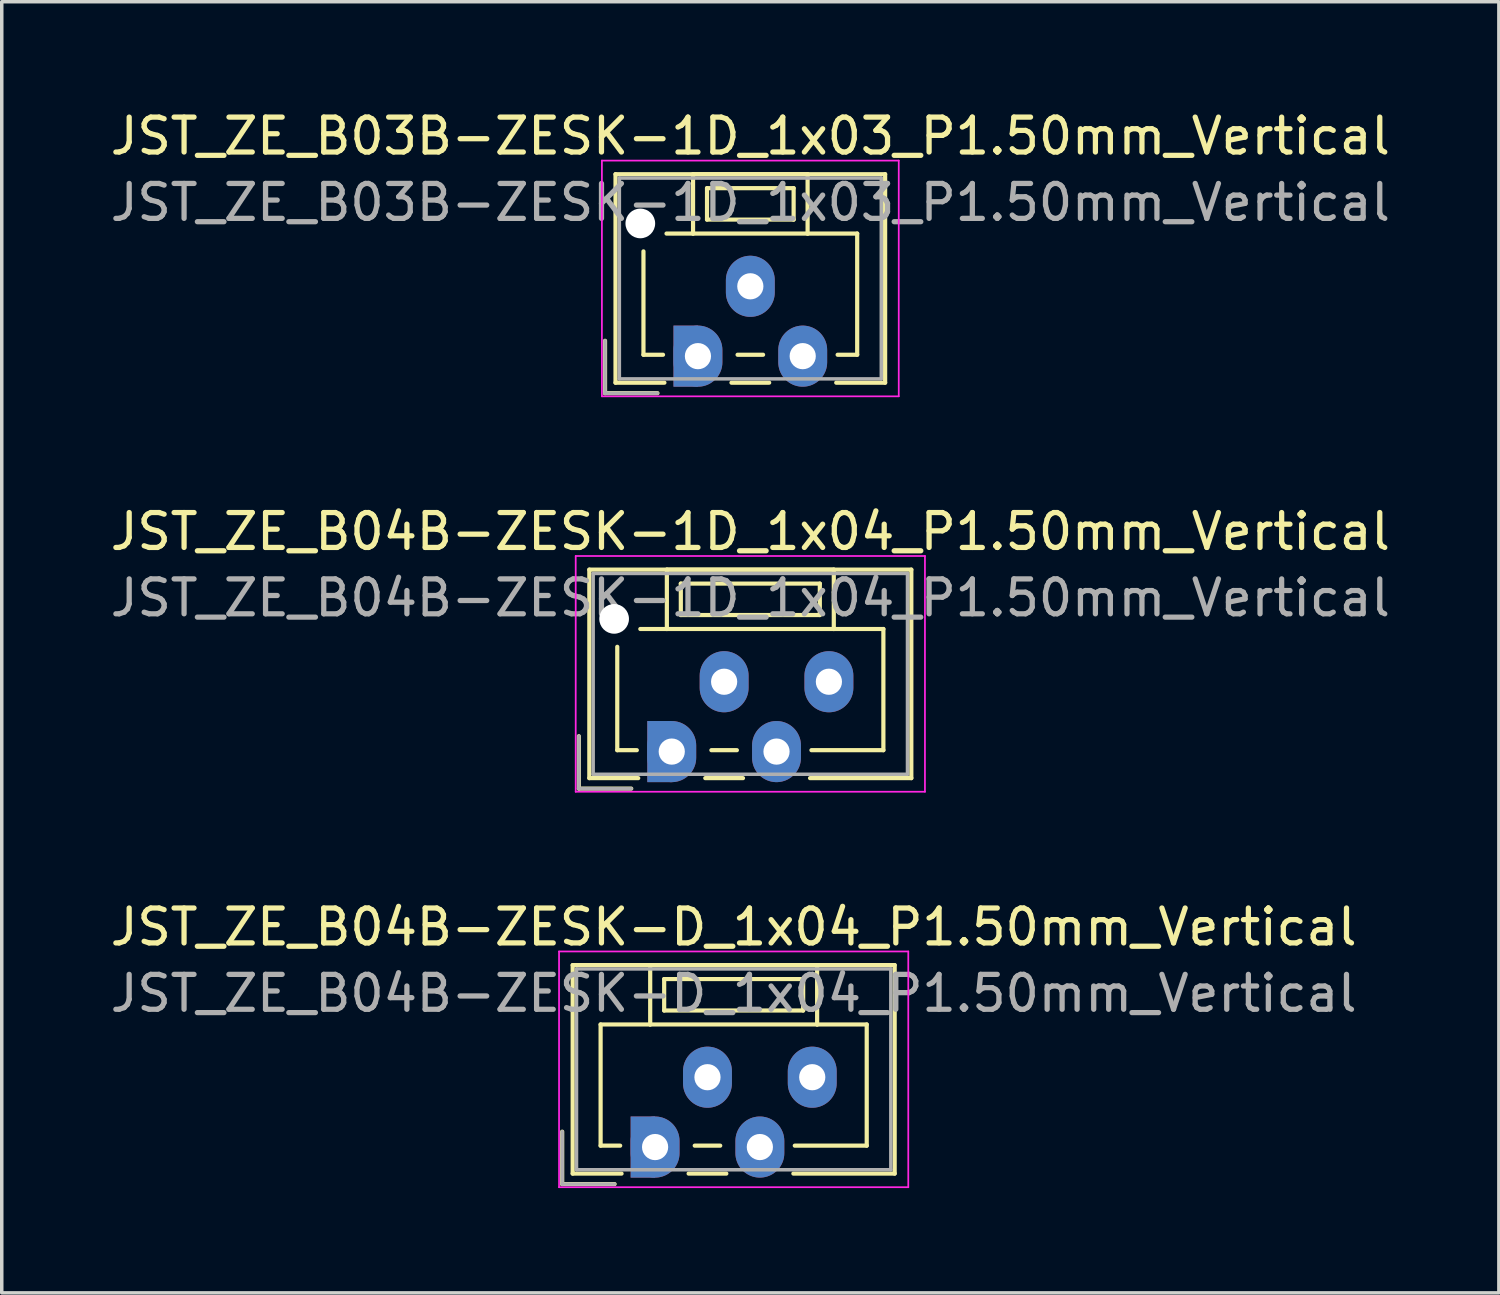
<source format=kicad_pcb>
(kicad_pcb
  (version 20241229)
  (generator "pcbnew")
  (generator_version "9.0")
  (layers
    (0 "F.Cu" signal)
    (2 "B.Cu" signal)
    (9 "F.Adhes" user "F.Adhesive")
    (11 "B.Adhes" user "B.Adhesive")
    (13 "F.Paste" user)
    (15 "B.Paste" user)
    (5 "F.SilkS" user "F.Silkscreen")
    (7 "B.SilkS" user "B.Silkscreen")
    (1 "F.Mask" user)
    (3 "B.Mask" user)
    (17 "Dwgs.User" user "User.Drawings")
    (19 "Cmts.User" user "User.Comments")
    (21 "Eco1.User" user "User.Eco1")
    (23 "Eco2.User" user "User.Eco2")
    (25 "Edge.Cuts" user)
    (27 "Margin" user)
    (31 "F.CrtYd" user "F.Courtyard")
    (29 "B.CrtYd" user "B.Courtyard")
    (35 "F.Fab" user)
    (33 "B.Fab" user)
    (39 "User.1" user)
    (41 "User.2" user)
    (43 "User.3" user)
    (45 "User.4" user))
  (footprint "JST_ZE_B04B-ZESK-1D_1x04_P1.50mm_Vertical"
    (layer "F.Cu")
    (at 16.185 18.471)
    (property "Reference" "JST_ZE_B04B-ZESK-1D_1x04_P1.50mm_Vertical" (at 2.25 -6.3 0) (layer "F.SilkS") (effects (font (size 1 1) (thickness 0.15))))
    (attr through_hole)
    (fp_line (start -2.66 -0.44) (end -2.66 1.06) (stroke (width 0.12) (type solid)) (layer "F.SilkS"))
    (fp_line (start -2.66 1.06) (end -1.16 1.06) (stroke (width 0.12) (type solid)) (layer "F.SilkS"))
    (fp_line (start -2.36 -5.21) (end 6.86 -5.21) (stroke (width 0.12) (type solid)) (layer "F.SilkS"))
    (fp_line (start -2.36 0.76) (end -2.36 -5.21) (stroke (width 0.12) (type solid)) (layer "F.SilkS"))
    (fp_line (start -1.56 -3) (end -1.56 -0.04) (stroke (width 0.12) (type solid)) (layer "F.SilkS"))
    (fp_line (start -1.56 -0.04) (end -1 -0.04) (stroke (width 0.12) (type solid)) (layer "F.SilkS"))
    (fp_line (start -0.96 0.76) (end -2.36 0.76) (stroke (width 0.12) (type solid)) (layer "F.SilkS"))
    (fp_line (start -0.14 -5.21) (end -0.14 -3.51) (stroke (width 0.12) (type solid)) (layer "F.SilkS"))
    (fp_line (start -0.14 -3.51) (end -0.9 -3.51) (stroke (width 0.12) (type solid)) (layer "F.SilkS"))
    (fp_line (start -0.14 -3.51) (end 4.64 -3.51) (stroke (width 0.12) (type solid)) (layer "F.SilkS"))
    (fp_line (start 0.26 -4.81) (end 0.26 -3.91) (stroke (width 0.12) (type solid)) (layer "F.SilkS"))
    (fp_line (start 0.26 -3.91) (end 4.24 -3.91) (stroke (width 0.12) (type solid)) (layer "F.SilkS"))
    (fp_line (start 0.96 0.76) (end 2.04 0.76) (stroke (width 0.12) (type solid)) (layer "F.SilkS"))
    (fp_line (start 1.135 -0.04) (end 1.865 -0.04) (stroke (width 0.12) (type solid)) (layer "F.SilkS"))
    (fp_line (start 4.24 -4.81) (end 0.26 -4.81) (stroke (width 0.12) (type solid)) (layer "F.SilkS"))
    (fp_line (start 4.24 -3.91) (end 4.24 -4.81) (stroke (width 0.12) (type solid)) (layer "F.SilkS"))
    (fp_line (start 4.64 -5.21) (end -0.14 -5.21) (stroke (width 0.12) (type solid)) (layer "F.SilkS"))
    (fp_line (start 4.64 -3.51) (end 4.64 -5.21) (stroke (width 0.12) (type solid)) (layer "F.SilkS"))
    (fp_line (start 4.64 -3.51) (end 6.06 -3.51) (stroke (width 0.12) (type solid)) (layer "F.SilkS"))
    (fp_line (start 6.06 -3.51) (end 6.06 -0.04) (stroke (width 0.12) (type solid)) (layer "F.SilkS"))
    (fp_line (start 6.06 -0.04) (end 4 -0.04) (stroke (width 0.12) (type solid)) (layer "F.SilkS"))
    (fp_line (start 6.86 -5.21) (end 6.86 0.76) (stroke (width 0.12) (type solid)) (layer "F.SilkS"))
    (fp_line (start 6.86 0.76) (end 3.96 0.76) (stroke (width 0.12) (type solid)) (layer "F.SilkS"))
    (fp_line (start -2.75 -5.6) (end -2.75 1.15) (stroke (width 0.05) (type solid)) (layer "F.CrtYd"))
    (fp_line (start -2.75 1.15) (end 7.25 1.15) (stroke (width 0.05) (type solid)) (layer "F.CrtYd"))
    (fp_line (start 7.25 -5.6) (end -2.75 -5.6) (stroke (width 0.05) (type solid)) (layer "F.CrtYd"))
    (fp_line (start 7.25 1.15) (end 7.25 -5.6) (stroke (width 0.05) (type solid)) (layer "F.CrtYd"))
    (fp_line (start -2.66 -0.44) (end -2.66 1.06) (stroke (width 0.1) (type solid)) (layer "F.Fab"))
    (fp_line (start -2.66 1.06) (end -1.16 1.06) (stroke (width 0.1) (type solid)) (layer "F.Fab"))
    (fp_line (start -2.25 -5.1) (end -2.25 0.65) (stroke (width 0.1) (type solid)) (layer "F.Fab"))
    (fp_line (start -2.25 0.65) (end 6.75 0.65) (stroke (width 0.1) (type solid)) (layer "F.Fab"))
    (fp_line (start 6.75 -5.1) (end -2.25 -5.1) (stroke (width 0.1) (type solid)) (layer "F.Fab"))
    (fp_line (start 6.75 0.65) (end 6.75 -5.1) (stroke (width 0.1) (type solid)) (layer "F.Fab"))
    (fp_text user "${REFERENCE}" (at 2.25 -4.4 0) (layer "F.Fab") (effects (font (size 1 1) (thickness 0.15))))
    (pad "" np_thru_hole circle (at -1.65 -3.8) (size 0.85 0.85) (drill 0.85) (layers "*.Cu" "*.Mask"))
    (pad "1" smd rect (at -0.35 0) (size 0.7 1.75) (layers "F.Cu" "F.Mask"))
    (pad "1" smd rect (at -0.35 0) (size 0.7 1.75) (layers "B.Cu" "B.Mask"))
    (pad "1" thru_hole oval (at 0 0) (size 1.4 1.75) (drill 0.75) (layers "*.Cu" "*.Mask"))
    (pad "2" thru_hole oval (at 1.5 -2) (size 1.4 1.75) (drill 0.75) (layers "*.Cu" "*.Mask"))
    (pad "3" thru_hole oval (at 3 0) (size 1.4 1.75) (drill 0.75) (layers "*.Cu" "*.Mask"))
    (pad "4" thru_hole oval (at 4.5 -2) (size 1.4 1.75) (drill 0.75) (layers "*.Cu" "*.Mask")))
  (footprint "JST_ZE_B04B-ZESK-D_1x04_P1.50mm_Vertical"
    (layer "F.Cu")
    (at 15.708 29.795)
    (property "Reference" "JST_ZE_B04B-ZESK-D_1x04_P1.50mm_Vertical" (at 2.25 -6.3 0) (layer "F.SilkS") (effects (font (size 1 1) (thickness 0.15))))
    (attr through_hole)
    (fp_line (start -2.66 -0.44) (end -2.66 1.06) (stroke (width 0.12) (type solid)) (layer "F.SilkS"))
    (fp_line (start -2.66 1.06) (end -1.16 1.06) (stroke (width 0.12) (type solid)) (layer "F.SilkS"))
    (fp_line (start -2.36 -5.21) (end 6.86 -5.21) (stroke (width 0.12) (type solid)) (layer "F.SilkS"))
    (fp_line (start -2.36 0.76) (end -2.36 -5.21) (stroke (width 0.12) (type solid)) (layer "F.SilkS"))
    (fp_line (start -1.56 -3.51) (end -1.56 -0.04) (stroke (width 0.12) (type solid)) (layer "F.SilkS"))
    (fp_line (start -1.56 -0.04) (end -1 -0.04) (stroke (width 0.12) (type solid)) (layer "F.SilkS"))
    (fp_line (start -0.96 0.76) (end -2.36 0.76) (stroke (width 0.12) (type solid)) (layer "F.SilkS"))
    (fp_line (start -0.14 -5.21) (end -0.14 -3.51) (stroke (width 0.12) (type solid)) (layer "F.SilkS"))
    (fp_line (start -0.14 -3.51) (end -1.56 -3.51) (stroke (width 0.12) (type solid)) (layer "F.SilkS"))
    (fp_line (start -0.14 -3.51) (end 4.64 -3.51) (stroke (width 0.12) (type solid)) (layer "F.SilkS"))
    (fp_line (start 0.26 -4.81) (end 0.26 -3.91) (stroke (width 0.12) (type solid)) (layer "F.SilkS"))
    (fp_line (start 0.26 -3.91) (end 4.24 -3.91) (stroke (width 0.12) (type solid)) (layer "F.SilkS"))
    (fp_line (start 0.96 0.76) (end 2.04 0.76) (stroke (width 0.12) (type solid)) (layer "F.SilkS"))
    (fp_line (start 1.135 -0.04) (end 1.865 -0.04) (stroke (width 0.12) (type solid)) (layer "F.SilkS"))
    (fp_line (start 4.24 -4.81) (end 0.26 -4.81) (stroke (width 0.12) (type solid)) (layer "F.SilkS"))
    (fp_line (start 4.24 -3.91) (end 4.24 -4.81) (stroke (width 0.12) (type solid)) (layer "F.SilkS"))
    (fp_line (start 4.64 -5.21) (end -0.14 -5.21) (stroke (width 0.12) (type solid)) (layer "F.SilkS"))
    (fp_line (start 4.64 -3.51) (end 4.64 -5.21) (stroke (width 0.12) (type solid)) (layer "F.SilkS"))
    (fp_line (start 4.64 -3.51) (end 6.06 -3.51) (stroke (width 0.12) (type solid)) (layer "F.SilkS"))
    (fp_line (start 6.06 -3.51) (end 6.06 -0.04) (stroke (width 0.12) (type solid)) (layer "F.SilkS"))
    (fp_line (start 6.06 -0.04) (end 4 -0.04) (stroke (width 0.12) (type solid)) (layer "F.SilkS"))
    (fp_line (start 6.86 -5.21) (end 6.86 0.76) (stroke (width 0.12) (type solid)) (layer "F.SilkS"))
    (fp_line (start 6.86 0.76) (end 3.96 0.76) (stroke (width 0.12) (type solid)) (layer "F.SilkS"))
    (fp_line (start -2.75 -5.6) (end -2.75 1.15) (stroke (width 0.05) (type solid)) (layer "F.CrtYd"))
    (fp_line (start -2.75 1.15) (end 7.25 1.15) (stroke (width 0.05) (type solid)) (layer "F.CrtYd"))
    (fp_line (start 7.25 -5.6) (end -2.75 -5.6) (stroke (width 0.05) (type solid)) (layer "F.CrtYd"))
    (fp_line (start 7.25 1.15) (end 7.25 -5.6) (stroke (width 0.05) (type solid)) (layer "F.CrtYd"))
    (fp_line (start -2.66 -0.44) (end -2.66 1.06) (stroke (width 0.1) (type solid)) (layer "F.Fab"))
    (fp_line (start -2.66 1.06) (end -1.16 1.06) (stroke (width 0.1) (type solid)) (layer "F.Fab"))
    (fp_line (start -2.25 -5.1) (end -2.25 0.65) (stroke (width 0.1) (type solid)) (layer "F.Fab"))
    (fp_line (start -2.25 0.65) (end 6.75 0.65) (stroke (width 0.1) (type solid)) (layer "F.Fab"))
    (fp_line (start 6.75 -5.1) (end -2.25 -5.1) (stroke (width 0.1) (type solid)) (layer "F.Fab"))
    (fp_line (start 6.75 0.65) (end 6.75 -5.1) (stroke (width 0.1) (type solid)) (layer "F.Fab"))
    (fp_text user "${REFERENCE}" (at 2.25 -4.4 0) (layer "F.Fab") (effects (font (size 1 1) (thickness 0.15))))
    (pad "1" smd rect (at -0.35 0) (size 0.7 1.75) (layers "F.Cu" "F.Mask"))
    (pad "1" smd rect (at -0.35 0) (size 0.7 1.75) (layers "B.Cu" "B.Mask"))
    (pad "1" thru_hole oval (at 0 0) (size 1.4 1.75) (drill 0.75) (layers "*.Cu" "*.Mask"))
    (pad "2" thru_hole oval (at 1.5 -2) (size 1.4 1.75) (drill 0.75) (layers "*.Cu" "*.Mask"))
    (pad "3" thru_hole oval (at 3 0) (size 1.4 1.75) (drill 0.75) (layers "*.Cu" "*.Mask"))
    (pad "4" thru_hole oval (at 4.5 -2) (size 1.4 1.75) (drill 0.75) (layers "*.Cu" "*.Mask")))
  (footprint "JST_ZE_B03B-ZESK-1D_1x03_P1.50mm_Vertical"
    (layer "F.Cu")
    (at 16.935 7.148)
    (property "Reference" "JST_ZE_B03B-ZESK-1D_1x03_P1.50mm_Vertical" (at 1.5 -6.3 0) (layer "F.SilkS") (effects (font (size 1 1) (thickness 0.15))))
    (attr through_hole)
    (fp_line (start -2.66 -0.44) (end -2.66 1.06) (stroke (width 0.12) (type solid)) (layer "F.SilkS"))
    (fp_line (start -2.66 1.06) (end -1.16 1.06) (stroke (width 0.12) (type solid)) (layer "F.SilkS"))
    (fp_line (start -2.36 -5.21) (end 5.36 -5.21) (stroke (width 0.12) (type solid)) (layer "F.SilkS"))
    (fp_line (start -2.36 0.76) (end -2.36 -5.21) (stroke (width 0.12) (type solid)) (layer "F.SilkS"))
    (fp_line (start -1.56 -3) (end -1.56 -0.04) (stroke (width 0.12) (type solid)) (layer "F.SilkS"))
    (fp_line (start -1.56 -0.04) (end -1 -0.04) (stroke (width 0.12) (type solid)) (layer "F.SilkS"))
    (fp_line (start -0.96 0.76) (end -2.36 0.76) (stroke (width 0.12) (type solid)) (layer "F.SilkS"))
    (fp_line (start -0.14 -5.21) (end -0.14 -3.51) (stroke (width 0.12) (type solid)) (layer "F.SilkS"))
    (fp_line (start -0.14 -3.51) (end -0.9 -3.51) (stroke (width 0.12) (type solid)) (layer "F.SilkS"))
    (fp_line (start -0.14 -3.51) (end 3.14 -3.51) (stroke (width 0.12) (type solid)) (layer "F.SilkS"))
    (fp_line (start 0.26 -4.81) (end 0.26 -3.91) (stroke (width 0.12) (type solid)) (layer "F.SilkS"))
    (fp_line (start 0.26 -3.91) (end 2.74 -3.91) (stroke (width 0.12) (type solid)) (layer "F.SilkS"))
    (fp_line (start 0.96 0.76) (end 2.04 0.76) (stroke (width 0.12) (type solid)) (layer "F.SilkS"))
    (fp_line (start 1.135 -0.04) (end 1.865 -0.04) (stroke (width 0.12) (type solid)) (layer "F.SilkS"))
    (fp_line (start 2.74 -4.81) (end 0.26 -4.81) (stroke (width 0.12) (type solid)) (layer "F.SilkS"))
    (fp_line (start 2.74 -3.91) (end 2.74 -4.81) (stroke (width 0.12) (type solid)) (layer "F.SilkS"))
    (fp_line (start 3.14 -5.21) (end -0.14 -5.21) (stroke (width 0.12) (type solid)) (layer "F.SilkS"))
    (fp_line (start 3.14 -3.51) (end 3.14 -5.21) (stroke (width 0.12) (type solid)) (layer "F.SilkS"))
    (fp_line (start 3.14 -3.51) (end 4.56 -3.51) (stroke (width 0.12) (type solid)) (layer "F.SilkS"))
    (fp_line (start 4.56 -3.51) (end 4.56 -0.04) (stroke (width 0.12) (type solid)) (layer "F.SilkS"))
    (fp_line (start 4.56 -0.04) (end 4 -0.04) (stroke (width 0.12) (type solid)) (layer "F.SilkS"))
    (fp_line (start 5.36 -5.21) (end 5.36 0.76) (stroke (width 0.12) (type solid)) (layer "F.SilkS"))
    (fp_line (start 5.36 0.76) (end 3.96 0.76) (stroke (width 0.12) (type solid)) (layer "F.SilkS"))
    (fp_line (start -2.75 -5.6) (end -2.75 1.15) (stroke (width 0.05) (type solid)) (layer "F.CrtYd"))
    (fp_line (start -2.75 1.15) (end 5.75 1.15) (stroke (width 0.05) (type solid)) (layer "F.CrtYd"))
    (fp_line (start 5.75 -5.6) (end -2.75 -5.6) (stroke (width 0.05) (type solid)) (layer "F.CrtYd"))
    (fp_line (start 5.75 1.15) (end 5.75 -5.6) (stroke (width 0.05) (type solid)) (layer "F.CrtYd"))
    (fp_line (start -2.66 -0.44) (end -2.66 1.06) (stroke (width 0.1) (type solid)) (layer "F.Fab"))
    (fp_line (start -2.66 1.06) (end -1.16 1.06) (stroke (width 0.1) (type solid)) (layer "F.Fab"))
    (fp_line (start -2.25 -5.1) (end -2.25 0.65) (stroke (width 0.1) (type solid)) (layer "F.Fab"))
    (fp_line (start -2.25 0.65) (end 5.25 0.65) (stroke (width 0.1) (type solid)) (layer "F.Fab"))
    (fp_line (start 5.25 -5.1) (end -2.25 -5.1) (stroke (width 0.1) (type solid)) (layer "F.Fab"))
    (fp_line (start 5.25 0.65) (end 5.25 -5.1) (stroke (width 0.1) (type solid)) (layer "F.Fab"))
    (fp_text user "${REFERENCE}" (at 1.5 -4.4 0) (layer "F.Fab") (effects (font (size 1 1) (thickness 0.15))))
    (pad "" np_thru_hole circle (at -1.65 -3.8) (size 0.85 0.85) (drill 0.85) (layers "*.Cu" "*.Mask"))
    (pad "1" smd rect (at -0.35 0) (size 0.7 1.75) (layers "F.Cu" "F.Mask"))
    (pad "1" smd rect (at -0.35 0) (size 0.7 1.75) (layers "B.Cu" "B.Mask"))
    (pad "1" thru_hole oval (at 0 0) (size 1.4 1.75) (drill 0.75) (layers "*.Cu" "*.Mask"))
    (pad "2" thru_hole oval (at 1.5 -2) (size 1.4 1.75) (drill 0.75) (layers "*.Cu" "*.Mask"))
    (pad "3" thru_hole oval (at 3 0) (size 1.4 1.75) (drill 0.75) (layers "*.Cu" "*.Mask")))
  (gr_rect
    (start -3 -3)
    (end 39.869 33.97)
    (stroke (width 0.1) (type default))
    (fill no)
    (layer "Edge.Cuts")))
</source>
